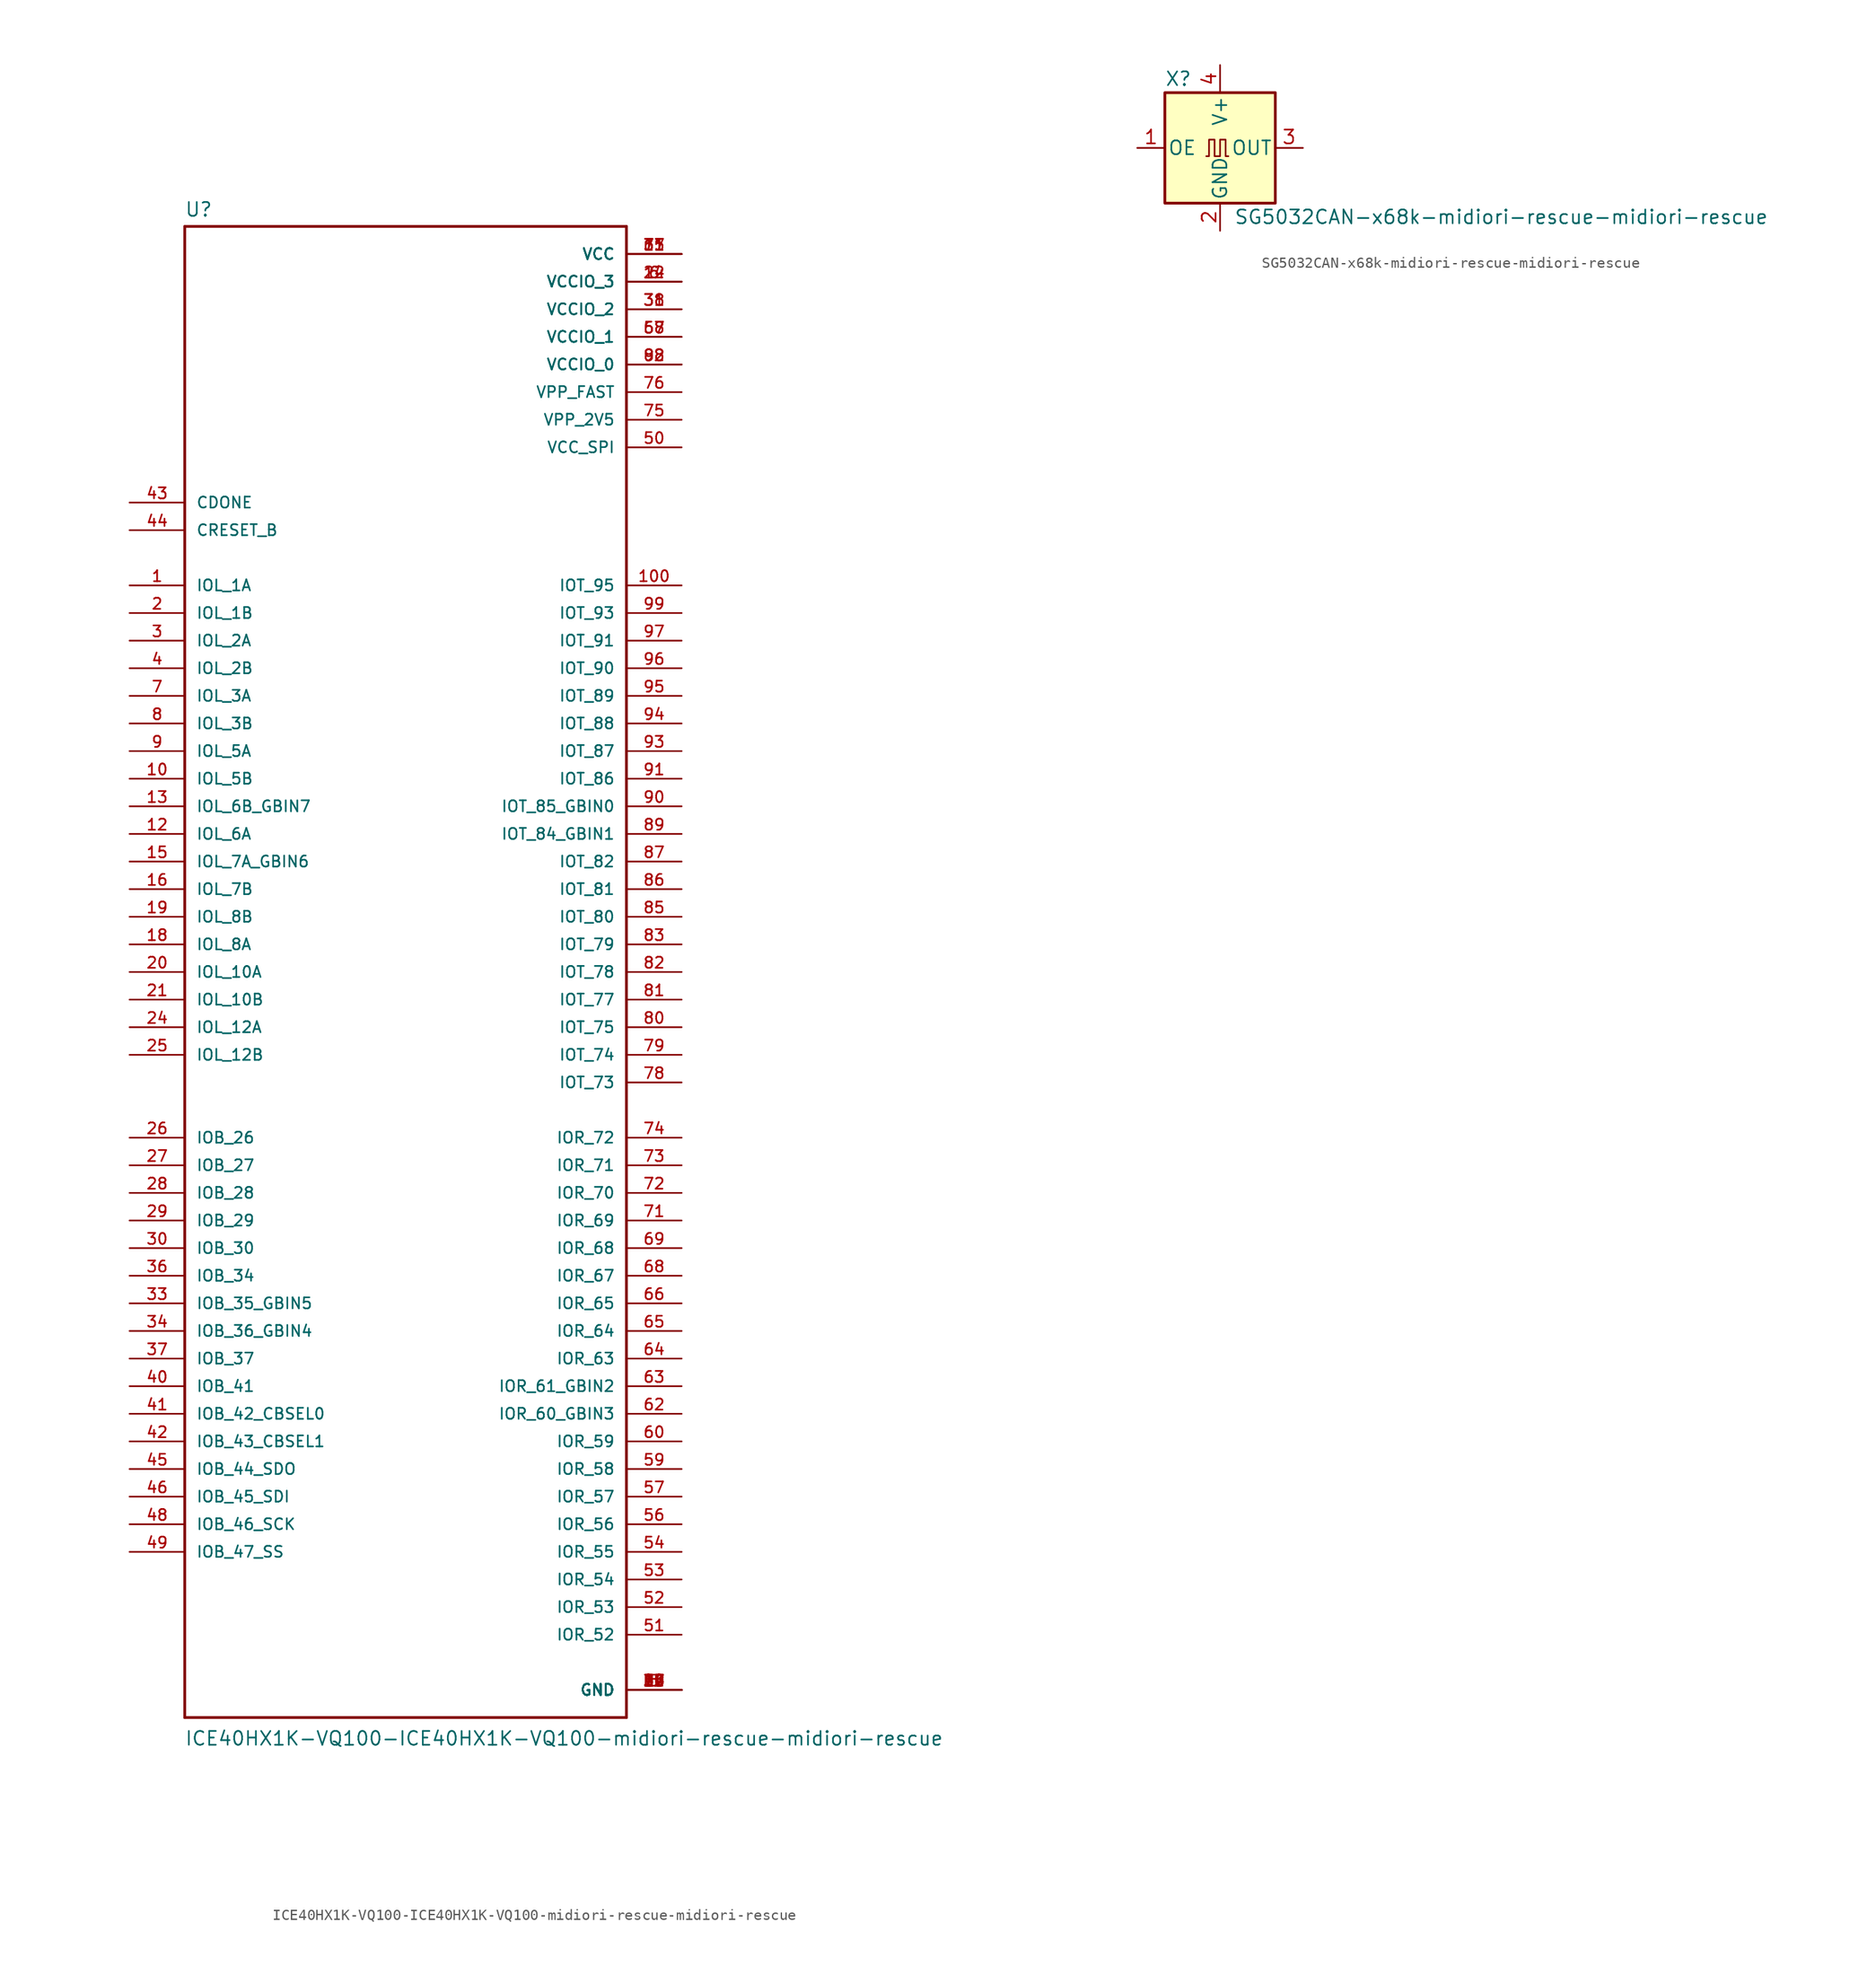
<source format=kicad_sym>
(kicad_symbol_lib
  (version 20220914)
  (generator kicad_symbol_editor)
  (symbol "ICE40HX1K-VQ100-ICE40HX1K-VQ100-midiori-rescue-midiori-rescue"
    (pin_names
      (offset 1.016))
    (property "Reference" "U"
      (at -20.345 69.393 0)
      (effects (font (size 1.27 1.27)) (justify left bottom)))
    (property "Value" "ICE40HX1K-VQ100-ICE40HX1K-VQ100-midiori-rescue-midiori-rescue"
      (at -20.345 -71.247 0)
      (effects (font (size 1.27 1.27)) (justify left bottom)))
    (property "ki_locked" ""
      (at 0 0 0)
      (effects (font (size 1.27 1.27))))
    (symbol "ICE40HX1K-VQ100-ICE40HX1K-VQ100-midiori-rescue-midiori-rescue_0_0"
      (polyline (pts (xy -20.32 -68.58) (xy 20.32 -68.58)) (stroke (width 0.254) (type default)) (fill (type none)))
      (polyline (pts (xy -20.32 68.58) (xy -20.32 -68.58)) (stroke (width 0.254) (type default)) (fill (type none)))
      (polyline (pts (xy 20.32 -68.58) (xy 20.32 68.58)) (stroke (width 0.254) (type default)) (fill (type none)))
      (polyline (pts (xy 20.32 68.58) (xy -20.32 68.58)) (stroke (width 0.254) (type default)) (fill (type none)))
      (pin bidirectional line (at -25.4 35.56 0) (length 5.08) (name "IOL_1A" (effects (font (size 1.016 1.016)))) (number "1" (effects (font (size 1.016 1.016)))))
      (pin bidirectional line (at -25.4 17.78 0) (length 5.08) (name "IOL_5B" (effects (font (size 1.016 1.016)))) (number "10" (effects (font (size 1.016 1.016)))))
      (pin bidirectional line (at 25.4 35.56 180) (length 5.08) (name "IOT_95" (effects (font (size 1.016 1.016)))) (number "100" (effects (font (size 1.016 1.016)))))
      (pin power_in line (at 25.4 66.04 180) (length 5.08) (name "VCC" (effects (font (size 1.016 1.016)))) (number "11" (effects (font (size 1.016 1.016)))))
      (pin bidirectional line (at -25.4 12.7 0) (length 5.08) (name "IOL_6A" (effects (font (size 1.016 1.016)))) (number "12" (effects (font (size 1.016 1.016)))))
      (pin bidirectional line (at -25.4 15.24 0) (length 5.08) (name "IOL_6B_GBIN7" (effects (font (size 1.016 1.016)))) (number "13" (effects (font (size 1.016 1.016)))))
      (pin power_in line (at 25.4 63.5 180) (length 5.08) (name "VCCIO_3" (effects (font (size 1.016 1.016)))) (number "14" (effects (font (size 1.016 1.016)))))
      (pin bidirectional line (at -25.4 10.16 0) (length 5.08) (name "IOL_7A_GBIN6" (effects (font (size 1.016 1.016)))) (number "15" (effects (font (size 1.016 1.016)))))
      (pin bidirectional line (at -25.4 7.62 0) (length 5.08) (name "IOL_7B" (effects (font (size 1.016 1.016)))) (number "16" (effects (font (size 1.016 1.016)))))
      (pin power_in line (at 25.4 -66.04 180) (length 5.08) (name "GND" (effects (font (size 1.016 1.016)))) (number "17" (effects (font (size 1.016 1.016)))))
      (pin bidirectional line (at -25.4 2.54 0) (length 5.08) (name "IOL_8A" (effects (font (size 1.016 1.016)))) (number "18" (effects (font (size 1.016 1.016)))))
      (pin bidirectional line (at -25.4 5.08 0) (length 5.08) (name "IOL_8B" (effects (font (size 1.016 1.016)))) (number "19" (effects (font (size 1.016 1.016)))))
      (pin bidirectional line (at -25.4 33.02 0) (length 5.08) (name "IOL_1B" (effects (font (size 1.016 1.016)))) (number "2" (effects (font (size 1.016 1.016)))))
      (pin bidirectional line (at -25.4 0 0) (length 5.08) (name "IOL_10A" (effects (font (size 1.016 1.016)))) (number "20" (effects (font (size 1.016 1.016)))))
      (pin bidirectional line (at -25.4 -2.54 0) (length 5.08) (name "IOL_10B" (effects (font (size 1.016 1.016)))) (number "21" (effects (font (size 1.016 1.016)))))
      (pin power_in line (at 25.4 63.5 180) (length 5.08) (name "VCCIO_3" (effects (font (size 1.016 1.016)))) (number "22" (effects (font (size 1.016 1.016)))))
      (pin power_in line (at 25.4 -66.04 180) (length 5.08) (name "GND" (effects (font (size 1.016 1.016)))) (number "23" (effects (font (size 1.016 1.016)))))
      (pin bidirectional line (at -25.4 -5.08 0) (length 5.08) (name "IOL_12A" (effects (font (size 1.016 1.016)))) (number "24" (effects (font (size 1.016 1.016)))))
      (pin bidirectional line (at -25.4 -7.62 0) (length 5.08) (name "IOL_12B" (effects (font (size 1.016 1.016)))) (number "25" (effects (font (size 1.016 1.016)))))
      (pin bidirectional line (at -25.4 -15.24 0) (length 5.08) (name "IOB_26" (effects (font (size 1.016 1.016)))) (number "26" (effects (font (size 1.016 1.016)))))
      (pin bidirectional line (at -25.4 -17.78 0) (length 5.08) (name "IOB_27" (effects (font (size 1.016 1.016)))) (number "27" (effects (font (size 1.016 1.016)))))
      (pin bidirectional line (at -25.4 -20.32 0) (length 5.08) (name "IOB_28" (effects (font (size 1.016 1.016)))) (number "28" (effects (font (size 1.016 1.016)))))
      (pin bidirectional line (at -25.4 -22.86 0) (length 5.08) (name "IOB_29" (effects (font (size 1.016 1.016)))) (number "29" (effects (font (size 1.016 1.016)))))
      (pin bidirectional line (at -25.4 30.48 0) (length 5.08) (name "IOL_2A" (effects (font (size 1.016 1.016)))) (number "3" (effects (font (size 1.016 1.016)))))
      (pin bidirectional line (at -25.4 -25.4 0) (length 5.08) (name "IOB_30" (effects (font (size 1.016 1.016)))) (number "30" (effects (font (size 1.016 1.016)))))
      (pin power_in line (at 25.4 60.96 180) (length 5.08) (name "VCCIO_2" (effects (font (size 1.016 1.016)))) (number "31" (effects (font (size 1.016 1.016)))))
      (pin power_in line (at 25.4 -66.04 180) (length 5.08) (name "GND" (effects (font (size 1.016 1.016)))) (number "32" (effects (font (size 1.016 1.016)))))
      (pin bidirectional line (at -25.4 -30.48 0) (length 5.08) (name "IOB_35_GBIN5" (effects (font (size 1.016 1.016)))) (number "33" (effects (font (size 1.016 1.016)))))
      (pin bidirectional line (at -25.4 -33.02 0) (length 5.08) (name "IOB_36_GBIN4" (effects (font (size 1.016 1.016)))) (number "34" (effects (font (size 1.016 1.016)))))
      (pin power_in line (at 25.4 66.04 180) (length 5.08) (name "VCC" (effects (font (size 1.016 1.016)))) (number "35" (effects (font (size 1.016 1.016)))))
      (pin bidirectional line (at -25.4 -27.94 0) (length 5.08) (name "IOB_34" (effects (font (size 1.016 1.016)))) (number "36" (effects (font (size 1.016 1.016)))))
      (pin bidirectional line (at -25.4 -35.56 0) (length 5.08) (name "IOB_37" (effects (font (size 1.016 1.016)))) (number "37" (effects (font (size 1.016 1.016)))))
      (pin power_in line (at 25.4 60.96 180) (length 5.08) (name "VCCIO_2" (effects (font (size 1.016 1.016)))) (number "38" (effects (font (size 1.016 1.016)))))
      (pin power_in line (at 25.4 -66.04 180) (length 5.08) (name "GND" (effects (font (size 1.016 1.016)))) (number "39" (effects (font (size 1.016 1.016)))))
      (pin bidirectional line (at -25.4 27.94 0) (length 5.08) (name "IOL_2B" (effects (font (size 1.016 1.016)))) (number "4" (effects (font (size 1.016 1.016)))))
      (pin bidirectional line (at -25.4 -38.1 0) (length 5.08) (name "IOB_41" (effects (font (size 1.016 1.016)))) (number "40" (effects (font (size 1.016 1.016)))))
      (pin bidirectional line (at -25.4 -40.64 0) (length 5.08) (name "IOB_42_CBSEL0" (effects (font (size 1.016 1.016)))) (number "41" (effects (font (size 1.016 1.016)))))
      (pin bidirectional line (at -25.4 -43.18 0) (length 5.08) (name "IOB_43_CBSEL1" (effects (font (size 1.016 1.016)))) (number "42" (effects (font (size 1.016 1.016)))))
      (pin input line (at -25.4 43.18 0) (length 5.08) (name "CDONE" (effects (font (size 1.016 1.016)))) (number "43" (effects (font (size 1.016 1.016)))))
      (pin input line (at -25.4 40.64 0) (length 5.08) (name "CRESET_B" (effects (font (size 1.016 1.016)))) (number "44" (effects (font (size 1.016 1.016)))))
      (pin bidirectional line (at -25.4 -45.72 0) (length 5.08) (name "IOB_44_SDO" (effects (font (size 1.016 1.016)))) (number "45" (effects (font (size 1.016 1.016)))))
      (pin bidirectional line (at -25.4 -48.26 0) (length 5.08) (name "IOB_45_SDI" (effects (font (size 1.016 1.016)))) (number "46" (effects (font (size 1.016 1.016)))))
      (pin power_in line (at 25.4 -66.04 180) (length 5.08) (name "GND" (effects (font (size 1.016 1.016)))) (number "47" (effects (font (size 1.016 1.016)))))
      (pin bidirectional line (at -25.4 -50.8 0) (length 5.08) (name "IOB_46_SCK" (effects (font (size 1.016 1.016)))) (number "48" (effects (font (size 1.016 1.016)))))
      (pin bidirectional line (at -25.4 -53.34 0) (length 5.08) (name "IOB_47_SS" (effects (font (size 1.016 1.016)))) (number "49" (effects (font (size 1.016 1.016)))))
      (pin power_in line (at 25.4 -66.04 180) (length 5.08) (name "GND" (effects (font (size 1.016 1.016)))) (number "5" (effects (font (size 1.016 1.016)))))
      (pin power_in line (at 25.4 48.26 180) (length 5.08) (name "VCC_SPI" (effects (font (size 1.016 1.016)))) (number "50" (effects (font (size 1.016 1.016)))))
      (pin bidirectional line (at 25.4 -60.96 180) (length 5.08) (name "IOR_52" (effects (font (size 1.016 1.016)))) (number "51" (effects (font (size 1.016 1.016)))))
      (pin bidirectional line (at 25.4 -58.42 180) (length 5.08) (name "IOR_53" (effects (font (size 1.016 1.016)))) (number "52" (effects (font (size 1.016 1.016)))))
      (pin bidirectional line (at 25.4 -55.88 180) (length 5.08) (name "IOR_54" (effects (font (size 1.016 1.016)))) (number "53" (effects (font (size 1.016 1.016)))))
      (pin bidirectional line (at 25.4 -53.34 180) (length 5.08) (name "IOR_55" (effects (font (size 1.016 1.016)))) (number "54" (effects (font (size 1.016 1.016)))))
      (pin power_in line (at 25.4 -66.04 180) (length 5.08) (name "GND" (effects (font (size 1.016 1.016)))) (number "55" (effects (font (size 1.016 1.016)))))
      (pin bidirectional line (at 25.4 -50.8 180) (length 5.08) (name "IOR_56" (effects (font (size 1.016 1.016)))) (number "56" (effects (font (size 1.016 1.016)))))
      (pin bidirectional line (at 25.4 -48.26 180) (length 5.08) (name "IOR_57" (effects (font (size 1.016 1.016)))) (number "57" (effects (font (size 1.016 1.016)))))
      (pin power_in line (at 25.4 58.42 180) (length 5.08) (name "VCCIO_1" (effects (font (size 1.016 1.016)))) (number "58" (effects (font (size 1.016 1.016)))))
      (pin bidirectional line (at 25.4 -45.72 180) (length 5.08) (name "IOR_58" (effects (font (size 1.016 1.016)))) (number "59" (effects (font (size 1.016 1.016)))))
      (pin power_in line (at 25.4 63.5 180) (length 5.08) (name "VCCIO_3" (effects (font (size 1.016 1.016)))) (number "6" (effects (font (size 1.016 1.016)))))
      (pin bidirectional line (at 25.4 -43.18 180) (length 5.08) (name "IOR_59" (effects (font (size 1.016 1.016)))) (number "60" (effects (font (size 1.016 1.016)))))
      (pin power_in line (at 25.4 66.04 180) (length 5.08) (name "VCC" (effects (font (size 1.016 1.016)))) (number "61" (effects (font (size 1.016 1.016)))))
      (pin bidirectional line (at 25.4 -40.64 180) (length 5.08) (name "IOR_60_GBIN3" (effects (font (size 1.016 1.016)))) (number "62" (effects (font (size 1.016 1.016)))))
      (pin bidirectional line (at 25.4 -38.1 180) (length 5.08) (name "IOR_61_GBIN2" (effects (font (size 1.016 1.016)))) (number "63" (effects (font (size 1.016 1.016)))))
      (pin bidirectional line (at 25.4 -35.56 180) (length 5.08) (name "IOR_63" (effects (font (size 1.016 1.016)))) (number "64" (effects (font (size 1.016 1.016)))))
      (pin bidirectional line (at 25.4 -33.02 180) (length 5.08) (name "IOR_64" (effects (font (size 1.016 1.016)))) (number "65" (effects (font (size 1.016 1.016)))))
      (pin bidirectional line (at 25.4 -30.48 180) (length 5.08) (name "IOR_65" (effects (font (size 1.016 1.016)))) (number "66" (effects (font (size 1.016 1.016)))))
      (pin power_in line (at 25.4 58.42 180) (length 5.08) (name "VCCIO_1" (effects (font (size 1.016 1.016)))) (number "67" (effects (font (size 1.016 1.016)))))
      (pin bidirectional line (at 25.4 -27.94 180) (length 5.08) (name "IOR_67" (effects (font (size 1.016 1.016)))) (number "68" (effects (font (size 1.016 1.016)))))
      (pin bidirectional line (at 25.4 -25.4 180) (length 5.08) (name "IOR_68" (effects (font (size 1.016 1.016)))) (number "69" (effects (font (size 1.016 1.016)))))
      (pin bidirectional line (at -25.4 25.4 0) (length 5.08) (name "IOL_3A" (effects (font (size 1.016 1.016)))) (number "7" (effects (font (size 1.016 1.016)))))
      (pin power_in line (at 25.4 -66.04 180) (length 5.08) (name "GND" (effects (font (size 1.016 1.016)))) (number "70" (effects (font (size 1.016 1.016)))))
      (pin bidirectional line (at 25.4 -22.86 180) (length 5.08) (name "IOR_69" (effects (font (size 1.016 1.016)))) (number "71" (effects (font (size 1.016 1.016)))))
      (pin bidirectional line (at 25.4 -20.32 180) (length 5.08) (name "IOR_70" (effects (font (size 1.016 1.016)))) (number "72" (effects (font (size 1.016 1.016)))))
      (pin bidirectional line (at 25.4 -17.78 180) (length 5.08) (name "IOR_71" (effects (font (size 1.016 1.016)))) (number "73" (effects (font (size 1.016 1.016)))))
      (pin bidirectional line (at 25.4 -15.24 180) (length 5.08) (name "IOR_72" (effects (font (size 1.016 1.016)))) (number "74" (effects (font (size 1.016 1.016)))))
      (pin power_in line (at 25.4 50.8 180) (length 5.08) (name "VPP_2V5" (effects (font (size 1.016 1.016)))) (number "75" (effects (font (size 1.016 1.016)))))
      (pin power_in line (at 25.4 53.34 180) (length 5.08) (name "VPP_FAST" (effects (font (size 1.016 1.016)))) (number "76" (effects (font (size 1.016 1.016)))))
      (pin power_in line (at 25.4 66.04 180) (length 5.08) (name "VCC" (effects (font (size 1.016 1.016)))) (number "77" (effects (font (size 1.016 1.016)))))
      (pin bidirectional line (at 25.4 -10.16 180) (length 5.08) (name "IOT_73" (effects (font (size 1.016 1.016)))) (number "78" (effects (font (size 1.016 1.016)))))
      (pin bidirectional line (at 25.4 -7.62 180) (length 5.08) (name "IOT_74" (effects (font (size 1.016 1.016)))) (number "79" (effects (font (size 1.016 1.016)))))
      (pin bidirectional line (at -25.4 22.86 0) (length 5.08) (name "IOL_3B" (effects (font (size 1.016 1.016)))) (number "8" (effects (font (size 1.016 1.016)))))
      (pin bidirectional line (at 25.4 -5.08 180) (length 5.08) (name "IOT_75" (effects (font (size 1.016 1.016)))) (number "80" (effects (font (size 1.016 1.016)))))
      (pin bidirectional line (at 25.4 -2.54 180) (length 5.08) (name "IOT_77" (effects (font (size 1.016 1.016)))) (number "81" (effects (font (size 1.016 1.016)))))
      (pin bidirectional line (at 25.4 0 180) (length 5.08) (name "IOT_78" (effects (font (size 1.016 1.016)))) (number "82" (effects (font (size 1.016 1.016)))))
      (pin bidirectional line (at 25.4 2.54 180) (length 5.08) (name "IOT_79" (effects (font (size 1.016 1.016)))) (number "83" (effects (font (size 1.016 1.016)))))
      (pin power_in line (at 25.4 -66.04 180) (length 5.08) (name "GND" (effects (font (size 1.016 1.016)))) (number "84" (effects (font (size 1.016 1.016)))))
      (pin bidirectional line (at 25.4 5.08 180) (length 5.08) (name "IOT_80" (effects (font (size 1.016 1.016)))) (number "85" (effects (font (size 1.016 1.016)))))
      (pin bidirectional line (at 25.4 7.62 180) (length 5.08) (name "IOT_81" (effects (font (size 1.016 1.016)))) (number "86" (effects (font (size 1.016 1.016)))))
      (pin bidirectional line (at 25.4 10.16 180) (length 5.08) (name "IOT_82" (effects (font (size 1.016 1.016)))) (number "87" (effects (font (size 1.016 1.016)))))
      (pin power_in line (at 25.4 55.88 180) (length 5.08) (name "VCCIO_0" (effects (font (size 1.016 1.016)))) (number "88" (effects (font (size 1.016 1.016)))))
      (pin bidirectional line (at 25.4 12.7 180) (length 5.08) (name "IOT_84_GBIN1" (effects (font (size 1.016 1.016)))) (number "89" (effects (font (size 1.016 1.016)))))
      (pin bidirectional line (at -25.4 20.32 0) (length 5.08) (name "IOL_5A" (effects (font (size 1.016 1.016)))) (number "9" (effects (font (size 1.016 1.016)))))
      (pin bidirectional line (at 25.4 15.24 180) (length 5.08) (name "IOT_85_GBIN0" (effects (font (size 1.016 1.016)))) (number "90" (effects (font (size 1.016 1.016)))))
      (pin bidirectional line (at 25.4 17.78 180) (length 5.08) (name "IOT_86" (effects (font (size 1.016 1.016)))) (number "91" (effects (font (size 1.016 1.016)))))
      (pin power_in line (at 25.4 55.88 180) (length 5.08) (name "VCCIO_0" (effects (font (size 1.016 1.016)))) (number "92" (effects (font (size 1.016 1.016)))))
      (pin bidirectional line (at 25.4 20.32 180) (length 5.08) (name "IOT_87" (effects (font (size 1.016 1.016)))) (number "93" (effects (font (size 1.016 1.016)))))
      (pin bidirectional line (at 25.4 22.86 180) (length 5.08) (name "IOT_88" (effects (font (size 1.016 1.016)))) (number "94" (effects (font (size 1.016 1.016)))))
      (pin bidirectional line (at 25.4 25.4 180) (length 5.08) (name "IOT_89" (effects (font (size 1.016 1.016)))) (number "95" (effects (font (size 1.016 1.016)))))
      (pin bidirectional line (at 25.4 27.94 180) (length 5.08) (name "IOT_90" (effects (font (size 1.016 1.016)))) (number "96" (effects (font (size 1.016 1.016)))))
      (pin bidirectional line (at 25.4 30.48 180) (length 5.08) (name "IOT_91" (effects (font (size 1.016 1.016)))) (number "97" (effects (font (size 1.016 1.016)))))
      (pin power_in line (at 25.4 -66.04 180) (length 5.08) (name "GND" (effects (font (size 1.016 1.016)))) (number "98" (effects (font (size 1.016 1.016)))))
      (pin bidirectional line (at 25.4 33.02 180) (length 5.08) (name "IOT_93" (effects (font (size 1.016 1.016)))) (number "99" (effects (font (size 1.016 1.016)))))))
  (symbol "SG5032CAN-x68k-midiori-rescue-midiori-rescue"
    (pin_names
      (offset 0.254))
    (property "Reference" "X"
      (at -5.08 6.35 0)
      (effects (font (size 1.27 1.27)) (justify left)))
    (property "Value" "SG5032CAN-x68k-midiori-rescue-midiori-rescue"
      (at 1.27 -6.35 0)
      (effects (font (size 1.27 1.27)) (justify left)))
    (symbol "SG5032CAN-x68k-midiori-rescue-midiori-rescue_0_1"
      (rectangle (start -5.08 5.08) (end 5.08 -5.08) (stroke (width 0.254) (type default)) (fill (type background)))
      (polyline (pts (xy -1.27 -0.762) (xy -1.016 -0.762) (xy -1.016 0.762) (xy -0.508 0.762) (xy -0.508 -0.762) (xy 0 -0.762) (xy 0 0.762) (xy 0.508 0.762) (xy 0.508 -0.762) (xy 0.762 -0.762)) (stroke (width 0) (type default)) (fill (type none))))
    (symbol "SG5032CAN-x68k-midiori-rescue-midiori-rescue_1_1"
      (pin input line (at -7.62 0 0) (length 2.54) (name "OE" (effects (font (size 1.27 1.27)))) (number "1" (effects (font (size 1.27 1.27)))))
      (pin power_in line (at 0 -7.62 90) (length 2.54) (name "GND" (effects (font (size 1.27 1.27)))) (number "2" (effects (font (size 1.27 1.27)))))
      (pin output line (at 7.62 0 180) (length 2.54) (name "OUT" (effects (font (size 1.27 1.27)))) (number "3" (effects (font (size 1.27 1.27)))))
      (pin power_in line (at 0 7.62 270) (length 2.54) (name "V+" (effects (font (size 1.27 1.27)))) (number "4" (effects (font (size 1.27 1.27))))))))
</source>
